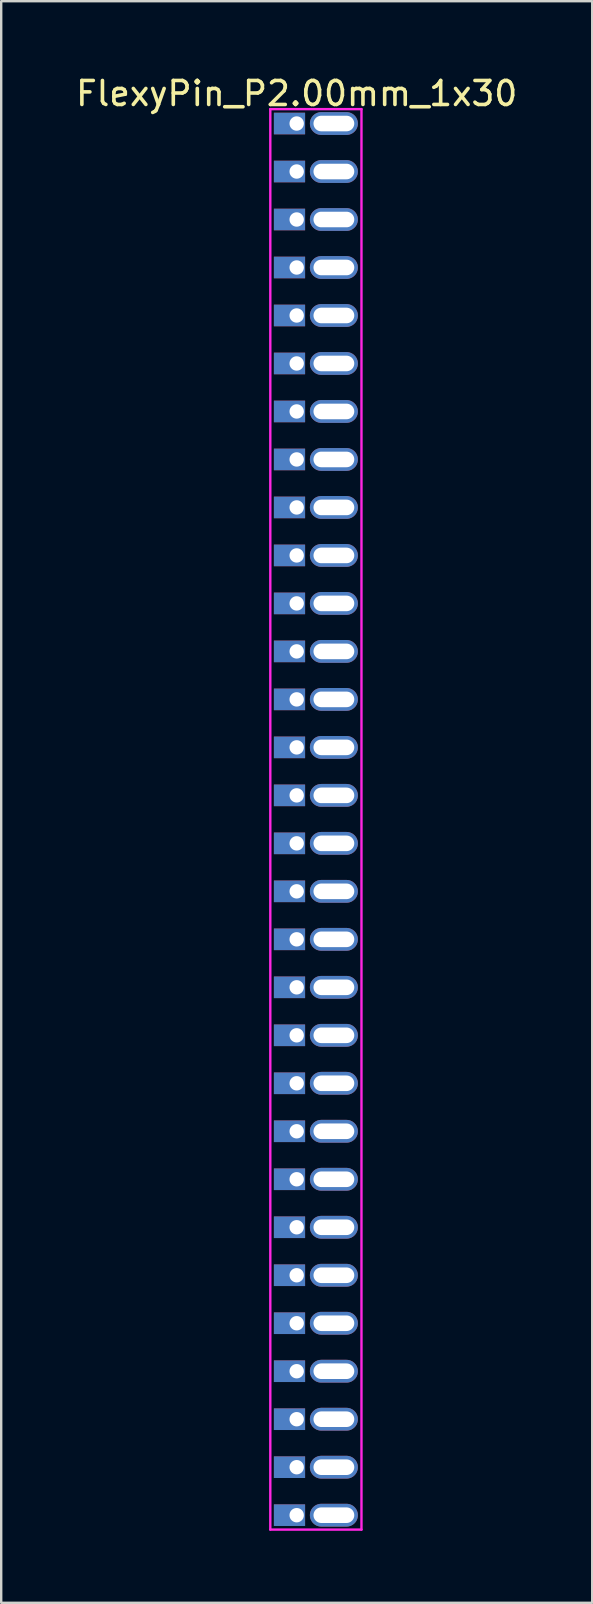
<source format=kicad_pcb>
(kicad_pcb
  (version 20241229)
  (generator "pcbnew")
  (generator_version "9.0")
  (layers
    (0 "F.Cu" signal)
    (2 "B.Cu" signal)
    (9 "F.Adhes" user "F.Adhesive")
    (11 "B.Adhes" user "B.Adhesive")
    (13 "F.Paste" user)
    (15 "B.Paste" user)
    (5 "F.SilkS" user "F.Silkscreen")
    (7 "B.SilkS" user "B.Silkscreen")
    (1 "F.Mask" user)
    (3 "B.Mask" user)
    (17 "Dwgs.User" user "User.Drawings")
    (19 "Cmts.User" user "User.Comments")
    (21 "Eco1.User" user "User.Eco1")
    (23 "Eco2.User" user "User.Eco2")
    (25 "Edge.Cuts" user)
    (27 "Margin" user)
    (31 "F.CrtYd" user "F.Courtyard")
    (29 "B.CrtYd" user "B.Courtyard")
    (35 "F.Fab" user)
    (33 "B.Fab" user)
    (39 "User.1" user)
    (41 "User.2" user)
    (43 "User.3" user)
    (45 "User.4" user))
  (footprint "FlexyPin_P2.00mm_1x30"
    (layer "F.Cu")
    (at 9.315 2.098)
    (property "Reference" "FlexyPin_P2.00mm_1x30" (at 0 -1.25 0) (layer "F.SilkS") (effects (font (size 1 1) (thickness 0.15))))
    (attr through_hole)
    (fp_line (start -1.1 -0.6) (end 2.7 -0.6) (stroke (width 0.1) (type solid)) (layer "F.CrtYd"))
    (fp_line (start -1.1 58.6) (end -1.1 -0.6) (stroke (width 0.1) (type solid)) (layer "F.CrtYd"))
    (fp_line (start 2.7 -0.6) (end 2.7 58.6) (stroke (width 0.1) (type solid)) (layer "F.CrtYd"))
    (fp_line (start 2.7 58.6) (end -1.1 58.6) (stroke (width 0.1) (type solid)) (layer "F.CrtYd"))
    (pad "" thru_hole oval (at 1.55 0) (size 2 0.95) (drill oval 1.7 0.65) (layers "*.Cu" "*.Mask"))
    (pad "" thru_hole oval (at 1.55 2) (size 2 0.95) (drill oval 1.7 0.65) (layers "*.Cu" "*.Mask"))
    (pad "" thru_hole oval (at 1.55 4) (size 2 0.95) (drill oval 1.7 0.65) (layers "*.Cu" "*.Mask"))
    (pad "" thru_hole oval (at 1.55 6) (size 2 0.95) (drill oval 1.7 0.65) (layers "*.Cu" "*.Mask"))
    (pad "" thru_hole oval (at 1.55 8) (size 2 0.95) (drill oval 1.7 0.65) (layers "*.Cu" "*.Mask"))
    (pad "" thru_hole oval (at 1.55 10) (size 2 0.95) (drill oval 1.7 0.65) (layers "*.Cu" "*.Mask"))
    (pad "" thru_hole oval (at 1.55 12) (size 2 0.95) (drill oval 1.7 0.65) (layers "*.Cu" "*.Mask"))
    (pad "" thru_hole oval (at 1.55 14) (size 2 0.95) (drill oval 1.7 0.65) (layers "*.Cu" "*.Mask"))
    (pad "" thru_hole oval (at 1.55 16) (size 2 0.95) (drill oval 1.7 0.65) (layers "*.Cu" "*.Mask"))
    (pad "" thru_hole oval (at 1.55 18) (size 2 0.95) (drill oval 1.7 0.65) (layers "*.Cu" "*.Mask"))
    (pad "" thru_hole oval (at 1.55 20) (size 2 0.95) (drill oval 1.7 0.65) (layers "*.Cu" "*.Mask"))
    (pad "" thru_hole oval (at 1.55 22) (size 2 0.95) (drill oval 1.7 0.65) (layers "*.Cu" "*.Mask"))
    (pad "" thru_hole oval (at 1.55 24) (size 2 0.95) (drill oval 1.7 0.65) (layers "*.Cu" "*.Mask"))
    (pad "" thru_hole oval (at 1.55 26) (size 2 0.95) (drill oval 1.7 0.65) (layers "*.Cu" "*.Mask"))
    (pad "" thru_hole oval (at 1.55 28) (size 2 0.95) (drill oval 1.7 0.65) (layers "*.Cu" "*.Mask"))
    (pad "" thru_hole oval (at 1.55 30) (size 2 0.95) (drill oval 1.7 0.65) (layers "*.Cu" "*.Mask"))
    (pad "" thru_hole oval (at 1.55 32) (size 2 0.95) (drill oval 1.7 0.65) (layers "*.Cu" "*.Mask"))
    (pad "" thru_hole oval (at 1.55 34) (size 2 0.95) (drill oval 1.7 0.65) (layers "*.Cu" "*.Mask"))
    (pad "" thru_hole oval (at 1.55 36) (size 2 0.95) (drill oval 1.7 0.65) (layers "*.Cu" "*.Mask"))
    (pad "" thru_hole oval (at 1.55 38) (size 2 0.95) (drill oval 1.7 0.65) (layers "*.Cu" "*.Mask"))
    (pad "" thru_hole oval (at 1.55 40) (size 2 0.95) (drill oval 1.7 0.65) (layers "*.Cu" "*.Mask"))
    (pad "" thru_hole oval (at 1.55 42) (size 2 0.95) (drill oval 1.7 0.65) (layers "*.Cu" "*.Mask"))
    (pad "" thru_hole oval (at 1.55 44) (size 2 0.95) (drill oval 1.7 0.65) (layers "*.Cu" "*.Mask"))
    (pad "" thru_hole oval (at 1.55 46) (size 2 0.95) (drill oval 1.7 0.65) (layers "*.Cu" "*.Mask"))
    (pad "" thru_hole oval (at 1.55 48) (size 2 0.95) (drill oval 1.7 0.65) (layers "*.Cu" "*.Mask"))
    (pad "" thru_hole oval (at 1.55 50) (size 2 0.95) (drill oval 1.7 0.65) (layers "*.Cu" "*.Mask"))
    (pad "" thru_hole oval (at 1.55 52) (size 2 0.95) (drill oval 1.7 0.65) (layers "*.Cu" "*.Mask"))
    (pad "" thru_hole oval (at 1.55 54) (size 2 0.95) (drill oval 1.7 0.65) (layers "*.Cu" "*.Mask"))
    (pad "" thru_hole oval (at 1.55 56) (size 2 0.95) (drill oval 1.7 0.65) (layers "*.Cu" "*.Mask"))
    (pad "" thru_hole oval (at 1.55 58) (size 2 0.95) (drill oval 1.7 0.65) (layers "*.Cu" "*.Mask"))
    (pad "1" thru_hole rect (at 0 0) (size 1.3 0.9) (drill 0.6 (offset -0.3 0)) (layers "*.Cu" "*.Mask"))
    (pad "2" thru_hole rect (at 0 2) (size 1.3 0.9) (drill 0.6 (offset -0.3 0)) (layers "*.Cu" "*.Mask"))
    (pad "3" thru_hole rect (at 0 4) (size 1.3 0.9) (drill 0.6 (offset -0.3 0)) (layers "*.Cu" "*.Mask"))
    (pad "4" thru_hole rect (at 0 6) (size 1.3 0.9) (drill 0.6 (offset -0.3 0)) (layers "*.Cu" "*.Mask"))
    (pad "5" thru_hole rect (at 0 8) (size 1.3 0.9) (drill 0.6 (offset -0.3 0)) (layers "*.Cu" "*.Mask"))
    (pad "6" thru_hole rect (at 0 10) (size 1.3 0.9) (drill 0.6 (offset -0.3 0)) (layers "*.Cu" "*.Mask"))
    (pad "7" thru_hole rect (at 0 12) (size 1.3 0.9) (drill 0.6 (offset -0.3 0)) (layers "*.Cu" "*.Mask"))
    (pad "8" thru_hole rect (at 0 14) (size 1.3 0.9) (drill 0.6 (offset -0.3 0)) (layers "*.Cu" "*.Mask"))
    (pad "9" thru_hole rect (at 0 16) (size 1.3 0.9) (drill 0.6 (offset -0.3 0)) (layers "*.Cu" "*.Mask"))
    (pad "10" thru_hole rect (at 0 18) (size 1.3 0.9) (drill 0.6 (offset -0.3 0)) (layers "*.Cu" "*.Mask"))
    (pad "11" thru_hole rect (at 0 20) (size 1.3 0.9) (drill 0.6 (offset -0.3 0)) (layers "*.Cu" "*.Mask"))
    (pad "12" thru_hole rect (at 0 22) (size 1.3 0.9) (drill 0.6 (offset -0.3 0)) (layers "*.Cu" "*.Mask"))
    (pad "13" thru_hole rect (at 0 24) (size 1.3 0.9) (drill 0.6 (offset -0.3 0)) (layers "*.Cu" "*.Mask"))
    (pad "14" thru_hole rect (at 0 26) (size 1.3 0.9) (drill 0.6 (offset -0.3 0)) (layers "*.Cu" "*.Mask"))
    (pad "15" thru_hole rect (at 0 28) (size 1.3 0.9) (drill 0.6 (offset -0.3 0)) (layers "*.Cu" "*.Mask"))
    (pad "16" thru_hole rect (at 0 30) (size 1.3 0.9) (drill 0.6 (offset -0.3 0)) (layers "*.Cu" "*.Mask"))
    (pad "17" thru_hole rect (at 0 32) (size 1.3 0.9) (drill 0.6 (offset -0.3 0)) (layers "*.Cu" "*.Mask"))
    (pad "18" thru_hole rect (at 0 34) (size 1.3 0.9) (drill 0.6 (offset -0.3 0)) (layers "*.Cu" "*.Mask"))
    (pad "19" thru_hole rect (at 0 36) (size 1.3 0.9) (drill 0.6 (offset -0.3 0)) (layers "*.Cu" "*.Mask"))
    (pad "20" thru_hole rect (at 0 38) (size 1.3 0.9) (drill 0.6 (offset -0.3 0)) (layers "*.Cu" "*.Mask"))
    (pad "21" thru_hole rect (at 0 40) (size 1.3 0.9) (drill 0.6 (offset -0.3 0)) (layers "*.Cu" "*.Mask"))
    (pad "22" thru_hole rect (at 0 42) (size 1.3 0.9) (drill 0.6 (offset -0.3 0)) (layers "*.Cu" "*.Mask"))
    (pad "23" thru_hole rect (at 0 44) (size 1.3 0.9) (drill 0.6 (offset -0.3 0)) (layers "*.Cu" "*.Mask"))
    (pad "24" thru_hole rect (at 0 46) (size 1.3 0.9) (drill 0.6 (offset -0.3 0)) (layers "*.Cu" "*.Mask"))
    (pad "25" thru_hole rect (at 0 48) (size 1.3 0.9) (drill 0.6 (offset -0.3 0)) (layers "*.Cu" "*.Mask"))
    (pad "26" thru_hole rect (at 0 50) (size 1.3 0.9) (drill 0.6 (offset -0.3 0)) (layers "*.Cu" "*.Mask"))
    (pad "27" thru_hole rect (at 0 52) (size 1.3 0.9) (drill 0.6 (offset -0.3 0)) (layers "*.Cu" "*.Mask"))
    (pad "28" thru_hole rect (at 0 54) (size 1.3 0.9) (drill 0.6 (offset -0.3 0)) (layers "*.Cu" "*.Mask"))
    (pad "29" thru_hole rect (at 0 56) (size 1.3 0.9) (drill 0.6 (offset -0.3 0)) (layers "*.Cu" "*.Mask"))
    (pad "30" thru_hole rect (at 0 58) (size 1.3 0.9) (drill 0.6 (offset -0.3 0)) (layers "*.Cu" "*.Mask")))
  (gr_rect
    (start -3 -3)
    (end 21.631 63.748)
    (stroke (width 0.1) (type default))
    (fill no)
    (layer "Edge.Cuts")))
</source>
